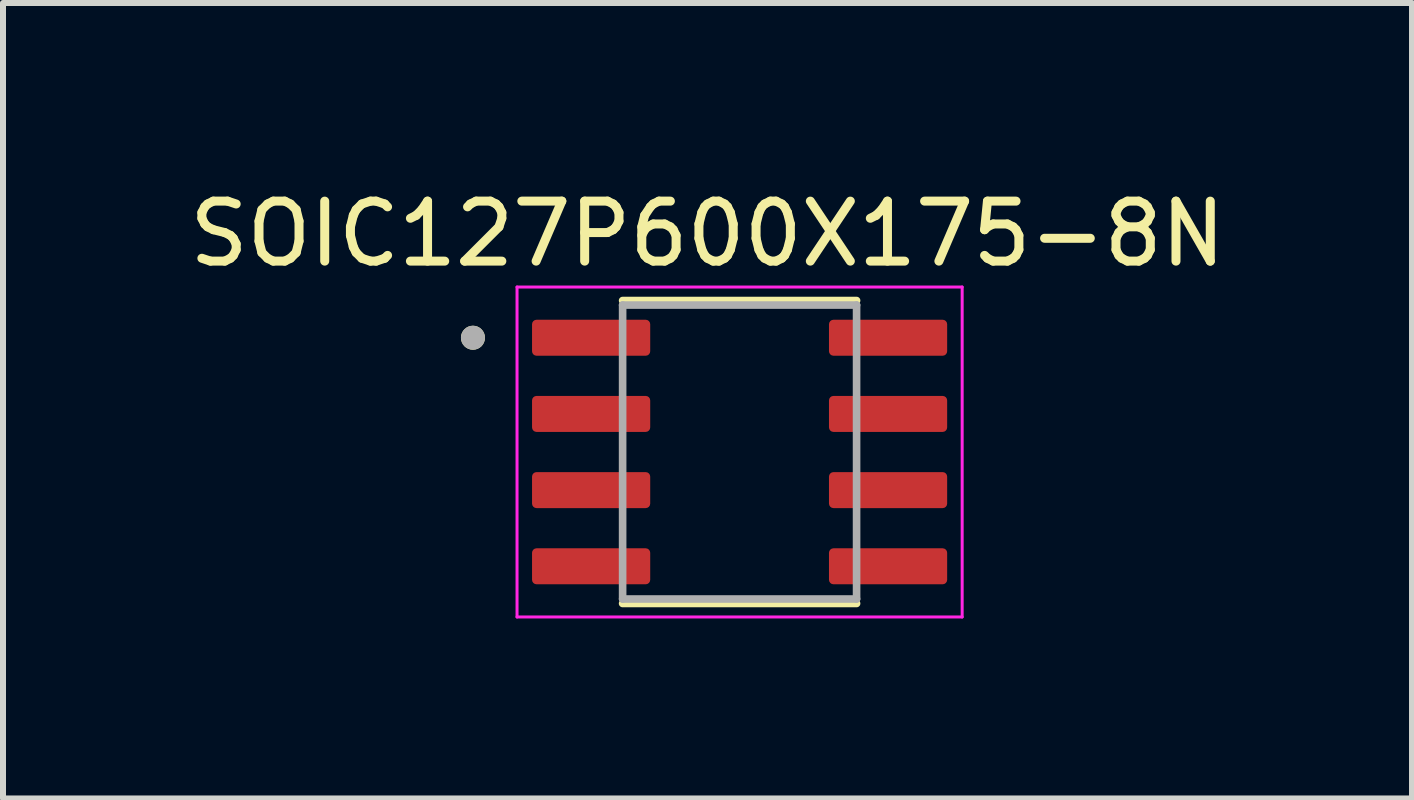
<source format=kicad_pcb>
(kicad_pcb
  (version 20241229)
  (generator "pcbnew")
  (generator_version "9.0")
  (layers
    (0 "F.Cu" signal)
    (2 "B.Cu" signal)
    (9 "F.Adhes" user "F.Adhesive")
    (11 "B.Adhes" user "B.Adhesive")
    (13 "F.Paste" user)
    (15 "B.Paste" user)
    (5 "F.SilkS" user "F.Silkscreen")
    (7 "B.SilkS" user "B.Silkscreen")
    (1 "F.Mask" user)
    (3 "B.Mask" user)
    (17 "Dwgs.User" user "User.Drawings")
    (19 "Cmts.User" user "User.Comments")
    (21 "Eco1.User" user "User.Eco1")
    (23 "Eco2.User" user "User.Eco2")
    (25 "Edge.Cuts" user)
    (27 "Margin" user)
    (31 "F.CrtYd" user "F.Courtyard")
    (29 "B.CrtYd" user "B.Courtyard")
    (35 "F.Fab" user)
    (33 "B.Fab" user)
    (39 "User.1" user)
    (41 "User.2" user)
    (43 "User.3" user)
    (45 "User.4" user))
  (footprint "SOIC127P600X175-8N"
    (layer "F.Cu")
    (at 9.279 4.485)
    (property "Reference" "SOIC127P600X175-8N" (at -0.535 -3.637 0) (layer "F.SilkS") (effects (font (size 1 1) (thickness 0.15))))
    (attr smd)
    (fp_line (start -1.95 -2.525) (end 1.95 -2.525) (stroke (width 0.127) (type solid)) (layer "F.SilkS"))
    (fp_line (start -1.95 2.525) (end 1.95 2.525) (stroke (width 0.127) (type solid)) (layer "F.SilkS"))
    (fp_circle (center -4.445 -1.905) (end -4.345 -1.905) (stroke (width 0.2) (type solid)) (fill no) (layer "F.SilkS"))
    (fp_line (start -3.71 -2.75) (end -3.71 2.75) (stroke (width 0.05) (type solid)) (layer "F.CrtYd"))
    (fp_line (start -3.71 -2.75) (end 3.71 -2.75) (stroke (width 0.05) (type solid)) (layer "F.CrtYd"))
    (fp_line (start -3.71 2.75) (end 3.71 2.75) (stroke (width 0.05) (type solid)) (layer "F.CrtYd"))
    (fp_line (start 3.71 -2.75) (end 3.71 2.75) (stroke (width 0.05) (type solid)) (layer "F.CrtYd"))
    (fp_line (start -1.95 -2.45) (end -1.95 2.45) (stroke (width 0.127) (type solid)) (layer "F.Fab"))
    (fp_line (start -1.95 -2.45) (end 1.95 -2.45) (stroke (width 0.127) (type solid)) (layer "F.Fab"))
    (fp_line (start -1.95 2.45) (end 1.95 2.45) (stroke (width 0.127) (type solid)) (layer "F.Fab"))
    (fp_line (start 1.95 -2.45) (end 1.95 2.45) (stroke (width 0.127) (type solid)) (layer "F.Fab"))
    (fp_circle (center -4.445 -1.905) (end -4.345 -1.905) (stroke (width 0.2) (type solid)) (fill no) (layer "F.Fab"))
    (pad "1" smd roundrect (at -2.475 -1.905) (size 1.97 0.6) (layers "F.Cu" "F.Mask" "F.Paste") (roundrect_rratio 0.125))
    (pad "2" smd roundrect (at -2.475 -0.635) (size 1.97 0.6) (layers "F.Cu" "F.Mask" "F.Paste") (roundrect_rratio 0.125))
    (pad "3" smd roundrect (at -2.475 0.635) (size 1.97 0.6) (layers "F.Cu" "F.Mask" "F.Paste") (roundrect_rratio 0.125))
    (pad "4" smd roundrect (at -2.475 1.905) (size 1.97 0.6) (layers "F.Cu" "F.Mask" "F.Paste") (roundrect_rratio 0.125))
    (pad "5" smd roundrect (at 2.475 1.905) (size 1.97 0.6) (layers "F.Cu" "F.Mask" "F.Paste") (roundrect_rratio 0.125))
    (pad "6" smd roundrect (at 2.475 0.635) (size 1.97 0.6) (layers "F.Cu" "F.Mask" "F.Paste") (roundrect_rratio 0.125))
    (pad "7" smd roundrect (at 2.475 -0.635) (size 1.97 0.6) (layers "F.Cu" "F.Mask" "F.Paste") (roundrect_rratio 0.125))
    (pad "8" smd roundrect (at 2.475 -1.905) (size 1.97 0.6) (layers "F.Cu" "F.Mask" "F.Paste") (roundrect_rratio 0.125)))
  (gr_rect
    (start -3 -3)
    (end 20.488 10.26)
    (stroke (width 0.1) (type default))
    (fill no)
    (layer "Edge.Cuts")))
</source>
